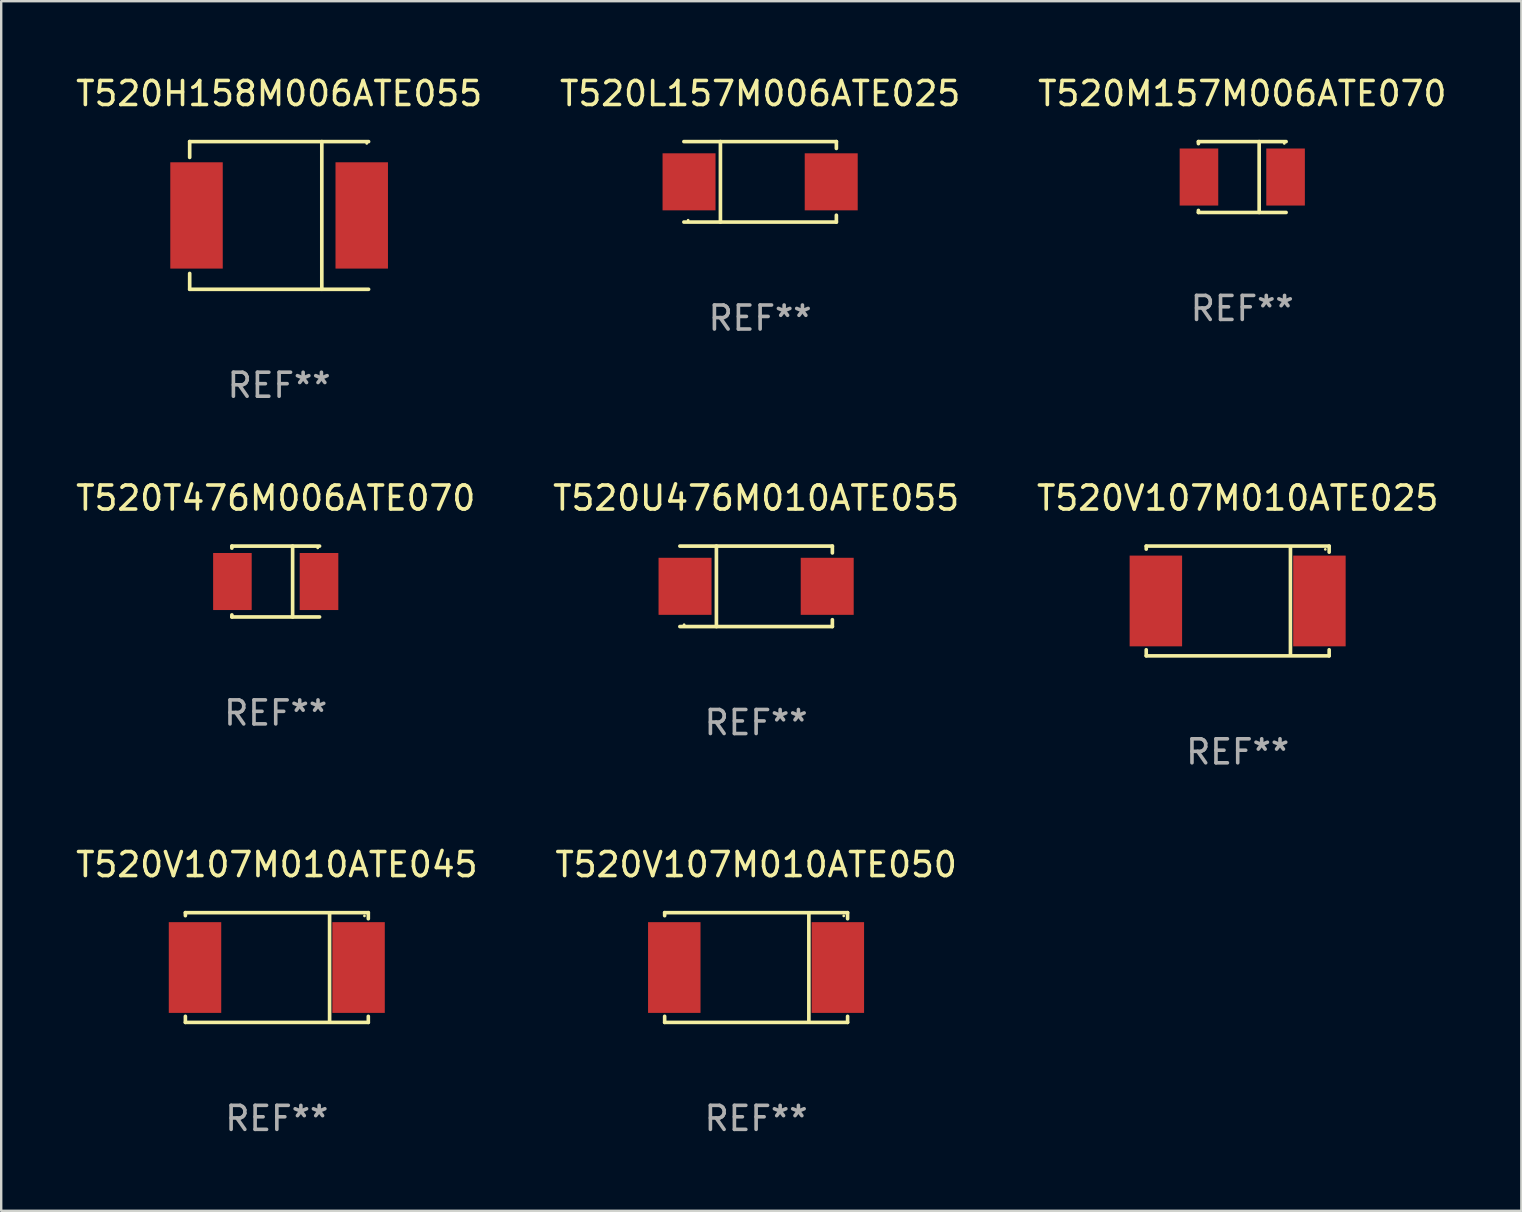
<source format=kicad_pcb>
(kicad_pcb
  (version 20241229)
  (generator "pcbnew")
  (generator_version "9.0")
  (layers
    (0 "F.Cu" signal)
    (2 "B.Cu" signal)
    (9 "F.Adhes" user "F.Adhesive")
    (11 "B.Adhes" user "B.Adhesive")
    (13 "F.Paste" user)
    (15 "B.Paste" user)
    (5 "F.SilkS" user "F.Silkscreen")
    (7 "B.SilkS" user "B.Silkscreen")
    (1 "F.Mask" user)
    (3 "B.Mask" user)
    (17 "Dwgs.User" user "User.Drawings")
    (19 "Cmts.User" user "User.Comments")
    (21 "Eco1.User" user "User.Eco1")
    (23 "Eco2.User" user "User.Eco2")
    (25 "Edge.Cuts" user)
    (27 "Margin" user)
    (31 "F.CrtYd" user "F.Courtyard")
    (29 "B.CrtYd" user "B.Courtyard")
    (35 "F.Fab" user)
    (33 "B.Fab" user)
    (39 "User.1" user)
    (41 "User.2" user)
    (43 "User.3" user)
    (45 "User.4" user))
  (footprint "T520U476M010ATE055"
    (layer "F.Cu")
    (at 28.446 21.373)
    (property "Reference" "T520U476M010ATE055" (at 0 -3.676 0) (layer "F.SilkS") (effects (font (size 1 1) (thickness 0.15))))
    (attr through_hole)
    (fp_line (start -1.654 1.676) (end -1.654 -1.676) (stroke (width 0.152) (type solid)) (layer "F.SilkS"))
    (fp_line (start 3.176 -1.676) (end -3.176 -1.676) (stroke (width 0.152) (type solid)) (layer "F.SilkS"))
    (fp_line (start 3.176 -1.676) (end 3.176 -1.391) (stroke (width 0.152) (type solid)) (layer "F.SilkS"))
    (fp_line (start 3.176 1.676) (end -3.176 1.676) (stroke (width 0.152) (type solid)) (layer "F.SilkS"))
    (fp_line (start 3.176 1.676) (end 3.176 1.391) (stroke (width 0.152) (type solid)) (layer "F.SilkS"))
    (fp_circle (center -3 1.6) (end -2.97 1.6) (stroke (width 0.06) (type solid)) (fill no) (layer "F.SilkS"))
    (fp_text user "REF**" (at 0 5.676 0) (layer "F.Fab") (effects (font (size 1 1) (thickness 0.15))))
    (pad "1" smd rect (at -2.961 -0.000051 180) (size 2.207 2.376) (layers "F.Cu" "F.Mask" "F.Paste"))
    (pad "2" smd rect (at 2.961 -0.000051 180) (size 2.207 2.376) (layers "F.Cu" "F.Mask" "F.Paste")))
  (footprint "T520T476M006ATE070"
    (layer "F.Cu")
    (at 8.435 21.173)
    (property "Reference" "T520T476M006ATE070" (at 0 -3.476 0) (layer "F.SilkS") (effects (font (size 1 1) (thickness 0.15))))
    (attr through_hole)
    (fp_line (start -1.826 -1.476) (end -1.826 -1.391) (stroke (width 0.152) (type solid)) (layer "F.SilkS"))
    (fp_line (start -1.826 -1.476) (end 1.826 -1.476) (stroke (width 0.152) (type solid)) (layer "F.SilkS"))
    (fp_line (start -1.826 1.476) (end -1.826 1.391) (stroke (width 0.152) (type solid)) (layer "F.SilkS"))
    (fp_line (start -1.826 1.476) (end 1.826 1.476) (stroke (width 0.152) (type solid)) (layer "F.SilkS"))
    (fp_line (start 0.704 -1.476) (end 0.704 1.476) (stroke (width 0.152) (type solid)) (layer "F.SilkS"))
    (fp_circle (center 1.75 -1.4) (end 1.78 -1.4) (stroke (width 0.06) (type solid)) (fill no) (layer "F.SilkS"))
    (fp_text user "REF**" (at 0 5.476 0) (layer "F.Fab") (effects (font (size 1 1) (thickness 0.15))))
    (pad "1" smd rect (at 1.804 0) (size 1.607 2.376) (layers "F.Cu" "F.Mask" "F.Paste"))
    (pad "2" smd rect (at -1.804 0) (size 1.607 2.376) (layers "F.Cu" "F.Mask" "F.Paste")))
  (footprint "T520H158M006ATE055"
    (layer "F.Cu")
    (at 8.577 5.924)
    (property "Reference" "T520H158M006ATE055" (at 0 -5.076 0) (layer "F.SilkS") (effects (font (size 1 1) (thickness 0.15))))
    (attr through_hole)
    (fp_line (start -3.726 -3.076) (end -3.726 -2.417) (stroke (width 0.152) (type solid)) (layer "F.SilkS"))
    (fp_line (start -3.726 -3.076) (end 3.726 -3.076) (stroke (width 0.152) (type solid)) (layer "F.SilkS"))
    (fp_line (start -3.726 3.076) (end -3.726 2.417) (stroke (width 0.152) (type solid)) (layer "F.SilkS"))
    (fp_line (start -3.726 3.076) (end 3.726 3.076) (stroke (width 0.152) (type solid)) (layer "F.SilkS"))
    (fp_line (start 1.778 -3.076) (end 1.778 3.076) (stroke (width 0.152) (type solid)) (layer "F.SilkS"))
    (fp_circle (center 3.65 -3) (end 3.68 -3) (stroke (width 0.06) (type solid)) (fill no) (layer "F.SilkS"))
    (fp_text user "REF**" (at 0 7.076 0) (layer "F.Fab") (effects (font (size 1 1) (thickness 0.15))))
    (pad "1" smd rect (at 3.441 0) (size 2.185 4.428) (layers "F.Cu" "F.Mask" "F.Paste"))
    (pad "2" smd rect (at -3.441 0) (size 2.185 4.428) (layers "F.Cu" "F.Mask" "F.Paste")))
  (footprint "T520L157M006ATE025"
    (layer "F.Cu")
    (at 28.613 4.524)
    (property "Reference" "T520L157M006ATE025" (at 0 -3.676 0) (layer "F.SilkS") (effects (font (size 1 1) (thickness 0.15))))
    (attr through_hole)
    (fp_line (start -1.654 1.676) (end -1.654 -1.676) (stroke (width 0.152) (type solid)) (layer "F.SilkS"))
    (fp_line (start 3.176 -1.676) (end -3.176 -1.676) (stroke (width 0.152) (type solid)) (layer "F.SilkS"))
    (fp_line (start 3.176 -1.676) (end 3.176 -1.391) (stroke (width 0.152) (type solid)) (layer "F.SilkS"))
    (fp_line (start 3.176 1.676) (end -3.176 1.676) (stroke (width 0.152) (type solid)) (layer "F.SilkS"))
    (fp_line (start 3.176 1.676) (end 3.176 1.391) (stroke (width 0.152) (type solid)) (layer "F.SilkS"))
    (fp_circle (center -3 1.6) (end -2.97 1.6) (stroke (width 0.06) (type solid)) (fill no) (layer "F.SilkS"))
    (fp_text user "REF**" (at 0 5.676 0) (layer "F.Fab") (effects (font (size 1 1) (thickness 0.15))))
    (pad "1" smd rect (at -2.961 -0.000051 180) (size 2.207 2.376) (layers "F.Cu" "F.Mask" "F.Paste"))
    (pad "2" smd rect (at 2.961 -0.000051 180) (size 2.207 2.376) (layers "F.Cu" "F.Mask" "F.Paste")))
  (footprint "T520V107M010ATE045"
    (layer "F.Cu")
    (at 8.482 37.252)
    (property "Reference" "T520V107M010ATE045" (at 0 -4.286 0) (layer "F.SilkS") (effects (font (size 1 1) (thickness 0.15))))
    (attr through_hole)
    (fp_line (start -3.81 -2.286) (end -3.81 -2.159) (stroke (width 0.15) (type solid)) (layer "F.SilkS"))
    (fp_line (start -3.81 2.032) (end -3.81 2.286) (stroke (width 0.15) (type solid)) (layer "F.SilkS"))
    (fp_line (start -3.81 2.286) (end 3.81 2.286) (stroke (width 0.15) (type solid)) (layer "F.SilkS"))
    (fp_line (start 2.197 -2.226) (end 2.197 2.226) (stroke (width 0.152) (type solid)) (layer "F.SilkS"))
    (fp_line (start 3.81 -2.286) (end -3.81 -2.286) (stroke (width 0.15) (type solid)) (layer "F.SilkS"))
    (fp_line (start 3.81 -2.032) (end 3.81 -2.286) (stroke (width 0.15) (type solid)) (layer "F.SilkS"))
    (fp_line (start 3.81 2.286) (end 3.81 2.032) (stroke (width 0.15) (type solid)) (layer "F.SilkS"))
    (fp_circle (center 3.65 -2.15) (end 3.68 -2.15) (stroke (width 0.06) (type solid)) (fill no) (layer "F.SilkS"))
    (fp_text user "REF**" (at 0 6.286 0) (layer "F.Fab") (effects (font (size 1 1) (thickness 0.15))))
    (pad "1" smd rect (at 3.404 0 180) (size 2.185 3.78) (layers "F.Cu" "F.Mask" "F.Paste"))
    (pad "2" smd rect (at -3.409 0 180) (size 2.185 3.78) (layers "F.Cu" "F.Mask" "F.Paste")))
  (footprint "T520V107M010ATE025"
    (layer "F.Cu")
    (at 48.506 21.983)
    (property "Reference" "T520V107M010ATE025" (at 0 -4.286 0) (layer "F.SilkS") (effects (font (size 1 1) (thickness 0.15))))
    (attr through_hole)
    (fp_line (start -3.81 -2.286) (end -3.81 -2.159) (stroke (width 0.15) (type solid)) (layer "F.SilkS"))
    (fp_line (start -3.81 2.032) (end -3.81 2.286) (stroke (width 0.15) (type solid)) (layer "F.SilkS"))
    (fp_line (start -3.81 2.286) (end 3.81 2.286) (stroke (width 0.15) (type solid)) (layer "F.SilkS"))
    (fp_line (start 2.197 -2.226) (end 2.197 2.226) (stroke (width 0.152) (type solid)) (layer "F.SilkS"))
    (fp_line (start 3.81 -2.286) (end -3.81 -2.286) (stroke (width 0.15) (type solid)) (layer "F.SilkS"))
    (fp_line (start 3.81 -2.032) (end 3.81 -2.286) (stroke (width 0.15) (type solid)) (layer "F.SilkS"))
    (fp_line (start 3.81 2.286) (end 3.81 2.032) (stroke (width 0.15) (type solid)) (layer "F.SilkS"))
    (fp_circle (center 3.65 -2.15) (end 3.68 -2.15) (stroke (width 0.06) (type solid)) (fill no) (layer "F.SilkS"))
    (fp_text user "REF**" (at 0 6.286 0) (layer "F.Fab") (effects (font (size 1 1) (thickness 0.15))))
    (pad "1" smd rect (at 3.404 0 180) (size 2.185 3.78) (layers "F.Cu" "F.Mask" "F.Paste"))
    (pad "2" smd rect (at -3.409 0 180) (size 2.185 3.78) (layers "F.Cu" "F.Mask" "F.Paste")))
  (footprint "T520V107M010ATE050"
    (layer "F.Cu")
    (at 28.446 37.252)
    (property "Reference" "T520V107M010ATE050" (at 0 -4.286 0) (layer "F.SilkS") (effects (font (size 1 1) (thickness 0.15))))
    (attr through_hole)
    (fp_line (start -3.81 -2.286) (end -3.81 -2.159) (stroke (width 0.15) (type solid)) (layer "F.SilkS"))
    (fp_line (start -3.81 2.032) (end -3.81 2.286) (stroke (width 0.15) (type solid)) (layer "F.SilkS"))
    (fp_line (start -3.81 2.286) (end 3.81 2.286) (stroke (width 0.15) (type solid)) (layer "F.SilkS"))
    (fp_line (start 2.197 -2.226) (end 2.197 2.226) (stroke (width 0.152) (type solid)) (layer "F.SilkS"))
    (fp_line (start 3.81 -2.286) (end -3.81 -2.286) (stroke (width 0.15) (type solid)) (layer "F.SilkS"))
    (fp_line (start 3.81 -2.032) (end 3.81 -2.286) (stroke (width 0.15) (type solid)) (layer "F.SilkS"))
    (fp_line (start 3.81 2.286) (end 3.81 2.032) (stroke (width 0.15) (type solid)) (layer "F.SilkS"))
    (fp_circle (center 3.65 -2.15) (end 3.68 -2.15) (stroke (width 0.06) (type solid)) (fill no) (layer "F.SilkS"))
    (fp_text user "REF**" (at 0 6.286 0) (layer "F.Fab") (effects (font (size 1 1) (thickness 0.15))))
    (pad "1" smd rect (at 3.404 0 180) (size 2.185 3.78) (layers "F.Cu" "F.Mask" "F.Paste"))
    (pad "2" smd rect (at -3.409 0 180) (size 2.185 3.78) (layers "F.Cu" "F.Mask" "F.Paste")))
  (footprint "T520M157M006ATE070"
    (layer "F.Cu")
    (at 48.696 4.324)
    (property "Reference" "T520M157M006ATE070" (at 0 -3.476 0) (layer "F.SilkS") (effects (font (size 1 1) (thickness 0.15))))
    (attr through_hole)
    (fp_line (start -1.826 -1.476) (end -1.826 -1.391) (stroke (width 0.152) (type solid)) (layer "F.SilkS"))
    (fp_line (start -1.826 -1.476) (end 1.826 -1.476) (stroke (width 0.152) (type solid)) (layer "F.SilkS"))
    (fp_line (start -1.826 1.476) (end -1.826 1.391) (stroke (width 0.152) (type solid)) (layer "F.SilkS"))
    (fp_line (start -1.826 1.476) (end 1.826 1.476) (stroke (width 0.152) (type solid)) (layer "F.SilkS"))
    (fp_line (start 0.704 -1.476) (end 0.704 1.476) (stroke (width 0.152) (type solid)) (layer "F.SilkS"))
    (fp_circle (center 1.75 -1.4) (end 1.78 -1.4) (stroke (width 0.06) (type solid)) (fill no) (layer "F.SilkS"))
    (fp_text user "REF**" (at 0 5.476 0) (layer "F.Fab") (effects (font (size 1 1) (thickness 0.15))))
    (pad "1" smd rect (at 1.804 0) (size 1.607 2.376) (layers "F.Cu" "F.Mask" "F.Paste"))
    (pad "2" smd rect (at -1.804 0) (size 1.607 2.376) (layers "F.Cu" "F.Mask" "F.Paste")))
  (gr_rect
    (start -3 -3)
    (end 60.321 47.386)
    (stroke (width 0.1) (type default))
    (fill no)
    (layer "Edge.Cuts")))
</source>
